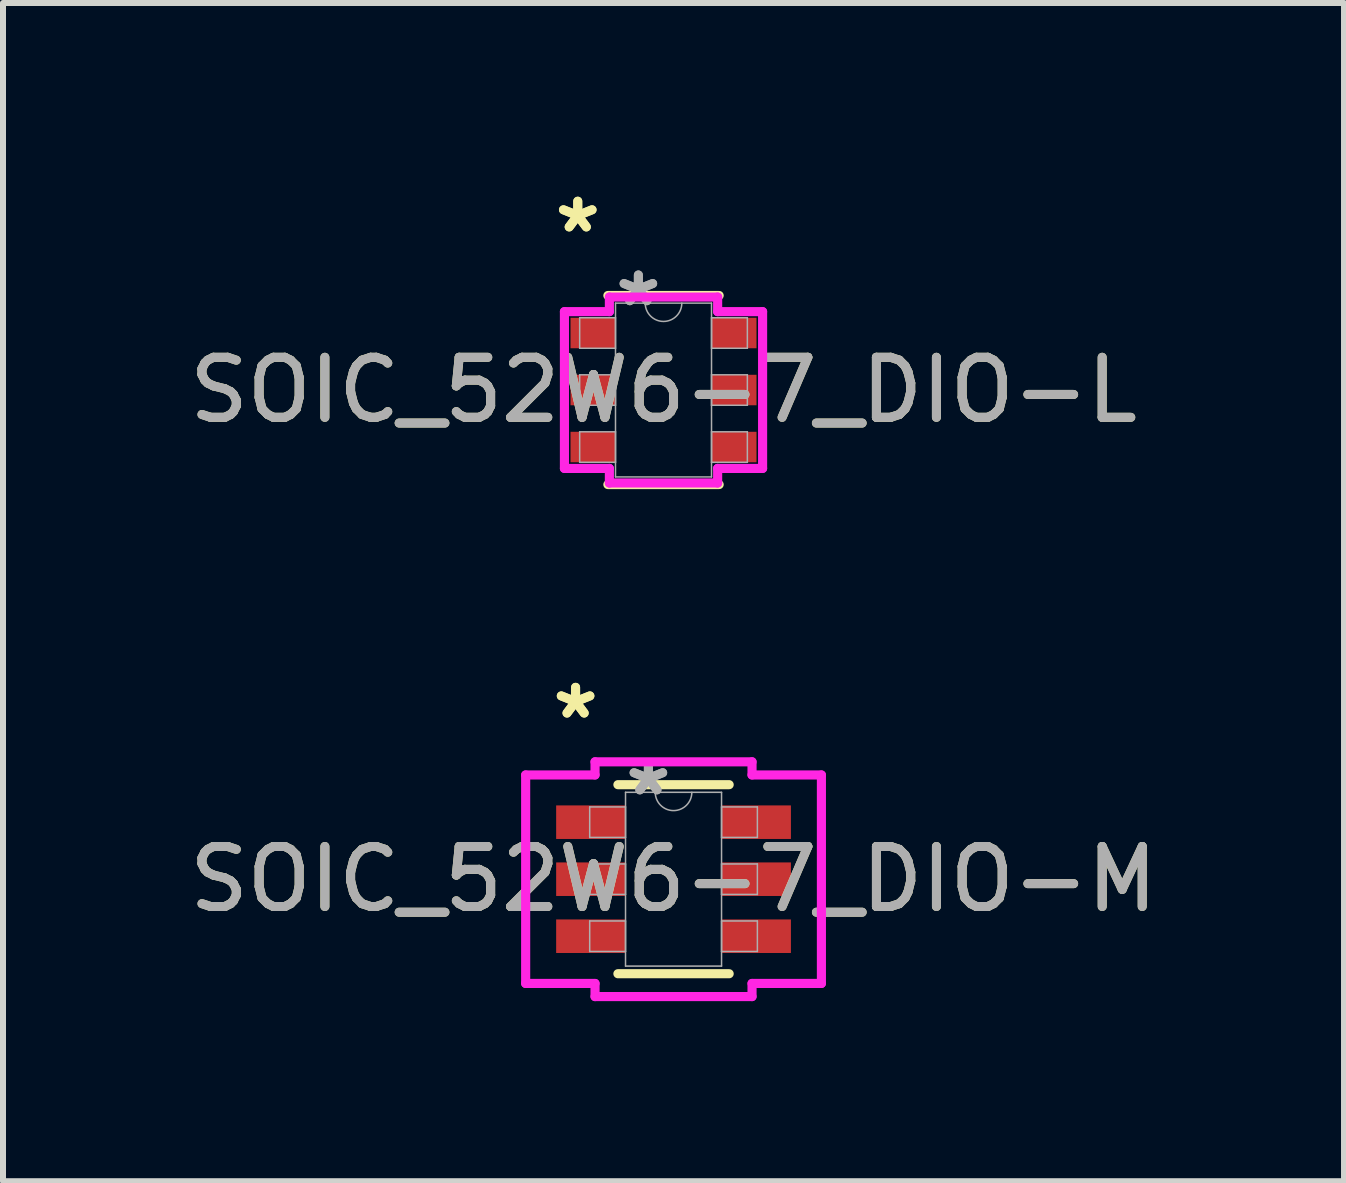
<source format=kicad_pcb>
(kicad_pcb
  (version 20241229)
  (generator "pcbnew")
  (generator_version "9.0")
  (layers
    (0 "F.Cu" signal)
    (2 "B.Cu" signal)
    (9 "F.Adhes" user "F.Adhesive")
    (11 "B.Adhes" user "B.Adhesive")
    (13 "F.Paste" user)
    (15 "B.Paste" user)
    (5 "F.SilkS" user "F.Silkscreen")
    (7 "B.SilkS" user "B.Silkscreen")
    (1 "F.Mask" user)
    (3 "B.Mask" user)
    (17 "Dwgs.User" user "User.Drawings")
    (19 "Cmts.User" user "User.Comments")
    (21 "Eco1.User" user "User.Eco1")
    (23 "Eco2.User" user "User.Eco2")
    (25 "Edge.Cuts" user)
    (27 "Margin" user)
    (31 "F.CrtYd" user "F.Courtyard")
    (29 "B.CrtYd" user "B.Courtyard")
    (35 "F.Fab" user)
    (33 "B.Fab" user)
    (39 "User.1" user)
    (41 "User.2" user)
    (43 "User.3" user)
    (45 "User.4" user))
  (footprint "SOIC_52W6-7_DIO-L"
    (layer "F.Cu")
    (at 8.006 3.449)
    (property "Reference" "SOIC_52W6-7_DIO-L" (at 0 0 0) (unlocked yes) (layer "F.SilkS") (effects (font (size 1 1) (thickness 0.15))))
    (attr smd)
    (fp_line (start -0.927 1.575) (end 0.927 1.575) (stroke (width 0.152) (type solid)) (layer "F.SilkS"))
    (fp_line (start 0.927 -1.575) (end -0.927 -1.575) (stroke (width 0.152) (type solid)) (layer "F.SilkS"))
    (fp_line (start -1.651 -1.306) (end -0.902 -1.306) (stroke (width 0.152) (type solid)) (layer "F.CrtYd"))
    (fp_line (start -1.651 1.306) (end -1.651 -1.306) (stroke (width 0.152) (type solid)) (layer "F.CrtYd"))
    (fp_line (start -1.651 1.306) (end -0.902 1.306) (stroke (width 0.152) (type solid)) (layer "F.CrtYd"))
    (fp_line (start -0.902 -1.549) (end 0.902 -1.549) (stroke (width 0.152) (type solid)) (layer "F.CrtYd"))
    (fp_line (start -0.902 -1.306) (end -0.902 -1.549) (stroke (width 0.152) (type solid)) (layer "F.CrtYd"))
    (fp_line (start -0.902 1.549) (end -0.902 1.306) (stroke (width 0.152) (type solid)) (layer "F.CrtYd"))
    (fp_line (start 0.902 -1.549) (end 0.902 -1.306) (stroke (width 0.152) (type solid)) (layer "F.CrtYd"))
    (fp_line (start 0.902 1.306) (end 0.902 1.549) (stroke (width 0.152) (type solid)) (layer "F.CrtYd"))
    (fp_line (start 0.902 1.549) (end -0.902 1.549) (stroke (width 0.152) (type solid)) (layer "F.CrtYd"))
    (fp_line (start 1.651 -1.306) (end 0.902 -1.306) (stroke (width 0.152) (type solid)) (layer "F.CrtYd"))
    (fp_line (start 1.651 -1.306) (end 1.651 1.306) (stroke (width 0.152) (type solid)) (layer "F.CrtYd"))
    (fp_line (start 1.651 1.306) (end 0.902 1.306) (stroke (width 0.152) (type solid)) (layer "F.CrtYd"))
    (fp_line (start -1.397 -1.204) (end -1.397 -0.696) (stroke (width 0.025) (type solid)) (layer "F.Fab"))
    (fp_line (start -1.397 -0.696) (end -0.8 -0.696) (stroke (width 0.025) (type solid)) (layer "F.Fab"))
    (fp_line (start -1.397 -0.254) (end -1.397 0.254) (stroke (width 0.025) (type solid)) (layer "F.Fab"))
    (fp_line (start -1.397 0.254) (end -0.8 0.254) (stroke (width 0.025) (type solid)) (layer "F.Fab"))
    (fp_line (start -1.397 0.696) (end -1.397 1.204) (stroke (width 0.025) (type solid)) (layer "F.Fab"))
    (fp_line (start -1.397 1.204) (end -0.8 1.204) (stroke (width 0.025) (type solid)) (layer "F.Fab"))
    (fp_line (start -0.8 -1.448) (end -0.8 1.448) (stroke (width 0.025) (type solid)) (layer "F.Fab"))
    (fp_line (start -0.8 -1.204) (end -1.397 -1.204) (stroke (width 0.025) (type solid)) (layer "F.Fab"))
    (fp_line (start -0.8 -0.696) (end -0.8 -1.204) (stroke (width 0.025) (type solid)) (layer "F.Fab"))
    (fp_line (start -0.8 -0.254) (end -1.397 -0.254) (stroke (width 0.025) (type solid)) (layer "F.Fab"))
    (fp_line (start -0.8 0.254) (end -0.8 -0.254) (stroke (width 0.025) (type solid)) (layer "F.Fab"))
    (fp_line (start -0.8 0.696) (end -1.397 0.696) (stroke (width 0.025) (type solid)) (layer "F.Fab"))
    (fp_line (start -0.8 1.204) (end -0.8 0.696) (stroke (width 0.025) (type solid)) (layer "F.Fab"))
    (fp_line (start -0.8 1.448) (end 0.8 1.448) (stroke (width 0.025) (type solid)) (layer "F.Fab"))
    (fp_line (start 0.8 -1.448) (end -0.8 -1.448) (stroke (width 0.025) (type solid)) (layer "F.Fab"))
    (fp_line (start 0.8 -1.204) (end 0.8 -0.696) (stroke (width 0.025) (type solid)) (layer "F.Fab"))
    (fp_line (start 0.8 -0.696) (end 1.397 -0.696) (stroke (width 0.025) (type solid)) (layer "F.Fab"))
    (fp_line (start 0.8 -0.254) (end 0.8 0.254) (stroke (width 0.025) (type solid)) (layer "F.Fab"))
    (fp_line (start 0.8 0.254) (end 1.397 0.254) (stroke (width 0.025) (type solid)) (layer "F.Fab"))
    (fp_line (start 0.8 0.696) (end 0.8 1.204) (stroke (width 0.025) (type solid)) (layer "F.Fab"))
    (fp_line (start 0.8 1.204) (end 1.397 1.204) (stroke (width 0.025) (type solid)) (layer "F.Fab"))
    (fp_line (start 0.8 1.448) (end 0.8 -1.448) (stroke (width 0.025) (type solid)) (layer "F.Fab"))
    (fp_line (start 1.397 -1.204) (end 0.8 -1.204) (stroke (width 0.025) (type solid)) (layer "F.Fab"))
    (fp_line (start 1.397 -0.696) (end 1.397 -1.204) (stroke (width 0.025) (type solid)) (layer "F.Fab"))
    (fp_line (start 1.397 -0.254) (end 0.8 -0.254) (stroke (width 0.025) (type solid)) (layer "F.Fab"))
    (fp_line (start 1.397 0.254) (end 1.397 -0.254) (stroke (width 0.025) (type solid)) (layer "F.Fab"))
    (fp_line (start 1.397 0.696) (end 0.8 0.696) (stroke (width 0.025) (type solid)) (layer "F.Fab"))
    (fp_line (start 1.397 1.204) (end 1.397 0.696) (stroke (width 0.025) (type solid)) (layer "F.Fab"))
    (fp_arc (start 0.3048 -1.4478) (mid 0 -1.143) (end -0.3048 -1.4478) (stroke (width 0.0254) (type solid)) (layer "F.Fab"))
    (fp_text user "*" (at -1.429 -2.601 0) (layer "F.SilkS") (effects (font (size 1 1) (thickness 0.15))))
    (fp_text user "*" (at -1.429 -2.601 0) (unlocked yes) (layer "F.SilkS") (effects (font (size 1 1) (thickness 0.15))))
    (fp_text user "${REFERENCE}" (at 0 0 0) (unlocked yes) (layer "F.Fab") (effects (font (size 1 1) (thickness 0.15))))
    (fp_text user "*" (at -0.419 -1.372 0) (layer "F.Fab") (effects (font (size 1 1) (thickness 0.15))))
    (fp_text user "*" (at -0.419 -1.372 0) (unlocked yes) (layer "F.Fab") (effects (font (size 1 1) (thickness 0.15))))
    (pad "1" smd rect (at -1.175 -0.95) (size 0.749 0.508) (layers "F.Cu" "F.Mask" "F.Paste"))
    (pad "2" smd rect (at -1.175 0) (size 0.749 0.508) (layers "F.Cu" "F.Mask" "F.Paste"))
    (pad "3" smd rect (at -1.175 0.95) (size 0.749 0.508) (layers "F.Cu" "F.Mask" "F.Paste"))
    (pad "4" smd rect (at 1.175 0.95) (size 0.749 0.508) (layers "F.Cu" "F.Mask" "F.Paste"))
    (pad "5" smd rect (at 1.175 0) (size 0.749 0.508) (layers "F.Cu" "F.Mask" "F.Paste"))
    (pad "6" smd rect (at 1.175 -0.95) (size 0.749 0.508) (layers "F.Cu" "F.Mask" "F.Paste")))
  (footprint "SOIC_52W6-7_DIO-M"
    (layer "F.Cu")
    (at 8.173 11.6)
    (property "Reference" "SOIC_52W6-7_DIO-M" (at 0 0 0) (unlocked yes) (layer "F.SilkS") (effects (font (size 1 1) (thickness 0.15))))
    (attr smd)
    (fp_line (start -0.927 1.575) (end 0.927 1.575) (stroke (width 0.152) (type solid)) (layer "F.SilkS"))
    (fp_line (start 0.927 -1.575) (end -0.927 -1.575) (stroke (width 0.152) (type solid)) (layer "F.SilkS"))
    (fp_line (start -2.464 -1.737) (end -1.308 -1.737) (stroke (width 0.152) (type solid)) (layer "F.CrtYd"))
    (fp_line (start -2.464 1.737) (end -2.464 -1.737) (stroke (width 0.152) (type solid)) (layer "F.CrtYd"))
    (fp_line (start -2.464 1.737) (end -1.308 1.737) (stroke (width 0.152) (type solid)) (layer "F.CrtYd"))
    (fp_line (start -1.308 -1.956) (end 1.308 -1.956) (stroke (width 0.152) (type solid)) (layer "F.CrtYd"))
    (fp_line (start -1.308 -1.737) (end -1.308 -1.956) (stroke (width 0.152) (type solid)) (layer "F.CrtYd"))
    (fp_line (start -1.308 1.956) (end -1.308 1.737) (stroke (width 0.152) (type solid)) (layer "F.CrtYd"))
    (fp_line (start 1.308 -1.956) (end 1.308 -1.737) (stroke (width 0.152) (type solid)) (layer "F.CrtYd"))
    (fp_line (start 1.308 1.737) (end 1.308 1.956) (stroke (width 0.152) (type solid)) (layer "F.CrtYd"))
    (fp_line (start 1.308 1.956) (end -1.308 1.956) (stroke (width 0.152) (type solid)) (layer "F.CrtYd"))
    (fp_line (start 2.464 -1.737) (end 1.308 -1.737) (stroke (width 0.152) (type solid)) (layer "F.CrtYd"))
    (fp_line (start 2.464 -1.737) (end 2.464 1.737) (stroke (width 0.152) (type solid)) (layer "F.CrtYd"))
    (fp_line (start 2.464 1.737) (end 1.308 1.737) (stroke (width 0.152) (type solid)) (layer "F.CrtYd"))
    (fp_line (start -1.397 -1.204) (end -1.397 -0.696) (stroke (width 0.025) (type solid)) (layer "F.Fab"))
    (fp_line (start -1.397 -0.696) (end -0.8 -0.696) (stroke (width 0.025) (type solid)) (layer "F.Fab"))
    (fp_line (start -1.397 -0.254) (end -1.397 0.254) (stroke (width 0.025) (type solid)) (layer "F.Fab"))
    (fp_line (start -1.397 0.254) (end -0.8 0.254) (stroke (width 0.025) (type solid)) (layer "F.Fab"))
    (fp_line (start -1.397 0.696) (end -1.397 1.204) (stroke (width 0.025) (type solid)) (layer "F.Fab"))
    (fp_line (start -1.397 1.204) (end -0.8 1.204) (stroke (width 0.025) (type solid)) (layer "F.Fab"))
    (fp_line (start -0.8 -1.448) (end -0.8 1.448) (stroke (width 0.025) (type solid)) (layer "F.Fab"))
    (fp_line (start -0.8 -1.204) (end -1.397 -1.204) (stroke (width 0.025) (type solid)) (layer "F.Fab"))
    (fp_line (start -0.8 -0.696) (end -0.8 -1.204) (stroke (width 0.025) (type solid)) (layer "F.Fab"))
    (fp_line (start -0.8 -0.254) (end -1.397 -0.254) (stroke (width 0.025) (type solid)) (layer "F.Fab"))
    (fp_line (start -0.8 0.254) (end -0.8 -0.254) (stroke (width 0.025) (type solid)) (layer "F.Fab"))
    (fp_line (start -0.8 0.696) (end -1.397 0.696) (stroke (width 0.025) (type solid)) (layer "F.Fab"))
    (fp_line (start -0.8 1.204) (end -0.8 0.696) (stroke (width 0.025) (type solid)) (layer "F.Fab"))
    (fp_line (start -0.8 1.448) (end 0.8 1.448) (stroke (width 0.025) (type solid)) (layer "F.Fab"))
    (fp_line (start 0.8 -1.448) (end -0.8 -1.448) (stroke (width 0.025) (type solid)) (layer "F.Fab"))
    (fp_line (start 0.8 -1.204) (end 0.8 -0.696) (stroke (width 0.025) (type solid)) (layer "F.Fab"))
    (fp_line (start 0.8 -0.696) (end 1.397 -0.696) (stroke (width 0.025) (type solid)) (layer "F.Fab"))
    (fp_line (start 0.8 -0.254) (end 0.8 0.254) (stroke (width 0.025) (type solid)) (layer "F.Fab"))
    (fp_line (start 0.8 0.254) (end 1.397 0.254) (stroke (width 0.025) (type solid)) (layer "F.Fab"))
    (fp_line (start 0.8 0.696) (end 0.8 1.204) (stroke (width 0.025) (type solid)) (layer "F.Fab"))
    (fp_line (start 0.8 1.204) (end 1.397 1.204) (stroke (width 0.025) (type solid)) (layer "F.Fab"))
    (fp_line (start 0.8 1.448) (end 0.8 -1.448) (stroke (width 0.025) (type solid)) (layer "F.Fab"))
    (fp_line (start 1.397 -1.204) (end 0.8 -1.204) (stroke (width 0.025) (type solid)) (layer "F.Fab"))
    (fp_line (start 1.397 -0.696) (end 1.397 -1.204) (stroke (width 0.025) (type solid)) (layer "F.Fab"))
    (fp_line (start 1.397 -0.254) (end 0.8 -0.254) (stroke (width 0.025) (type solid)) (layer "F.Fab"))
    (fp_line (start 1.397 0.254) (end 1.397 -0.254) (stroke (width 0.025) (type solid)) (layer "F.Fab"))
    (fp_line (start 1.397 0.696) (end 0.8 0.696) (stroke (width 0.025) (type solid)) (layer "F.Fab"))
    (fp_line (start 1.397 1.204) (end 1.397 0.696) (stroke (width 0.025) (type solid)) (layer "F.Fab"))
    (fp_arc (start 0.3048 -1.4478) (mid 0 -1.143) (end -0.3048 -1.4478) (stroke (width 0.0254) (type solid)) (layer "F.Fab"))
    (fp_text user "*" (at -1.632 -2.652 0) (layer "F.SilkS") (effects (font (size 1 1) (thickness 0.15))))
    (fp_text user "*" (at -1.632 -2.652 0) (unlocked yes) (layer "F.SilkS") (effects (font (size 1 1) (thickness 0.15))))
    (fp_text user "*" (at -0.419 -1.372 0) (unlocked yes) (layer "F.Fab") (effects (font (size 1 1) (thickness 0.15))))
    (fp_text user "*" (at -0.419 -1.372 0) (layer "F.Fab") (effects (font (size 1 1) (thickness 0.15))))
    (fp_text user "${REFERENCE}" (at 0 0 0) (unlocked yes) (layer "F.Fab") (effects (font (size 1 1) (thickness 0.15))))
    (pad "1" smd rect (at -1.378 -0.95) (size 1.156 0.559) (layers "F.Cu" "F.Mask" "F.Paste"))
    (pad "2" smd rect (at -1.378 0) (size 1.156 0.559) (layers "F.Cu" "F.Mask" "F.Paste"))
    (pad "3" smd rect (at -1.378 0.95) (size 1.156 0.559) (layers "F.Cu" "F.Mask" "F.Paste"))
    (pad "4" smd rect (at 1.378 0.95) (size 1.156 0.559) (layers "F.Cu" "F.Mask" "F.Paste"))
    (pad "5" smd rect (at 1.378 0) (size 1.156 0.559) (layers "F.Cu" "F.Mask" "F.Paste"))
    (pad "6" smd rect (at 1.378 -0.95) (size 1.156 0.559) (layers "F.Cu" "F.Mask" "F.Paste")))
  (gr_rect
    (start -3 -3)
    (end 19.345 16.632)
    (stroke (width 0.1) (type default))
    (fill no)
    (layer "Edge.Cuts")))
</source>
